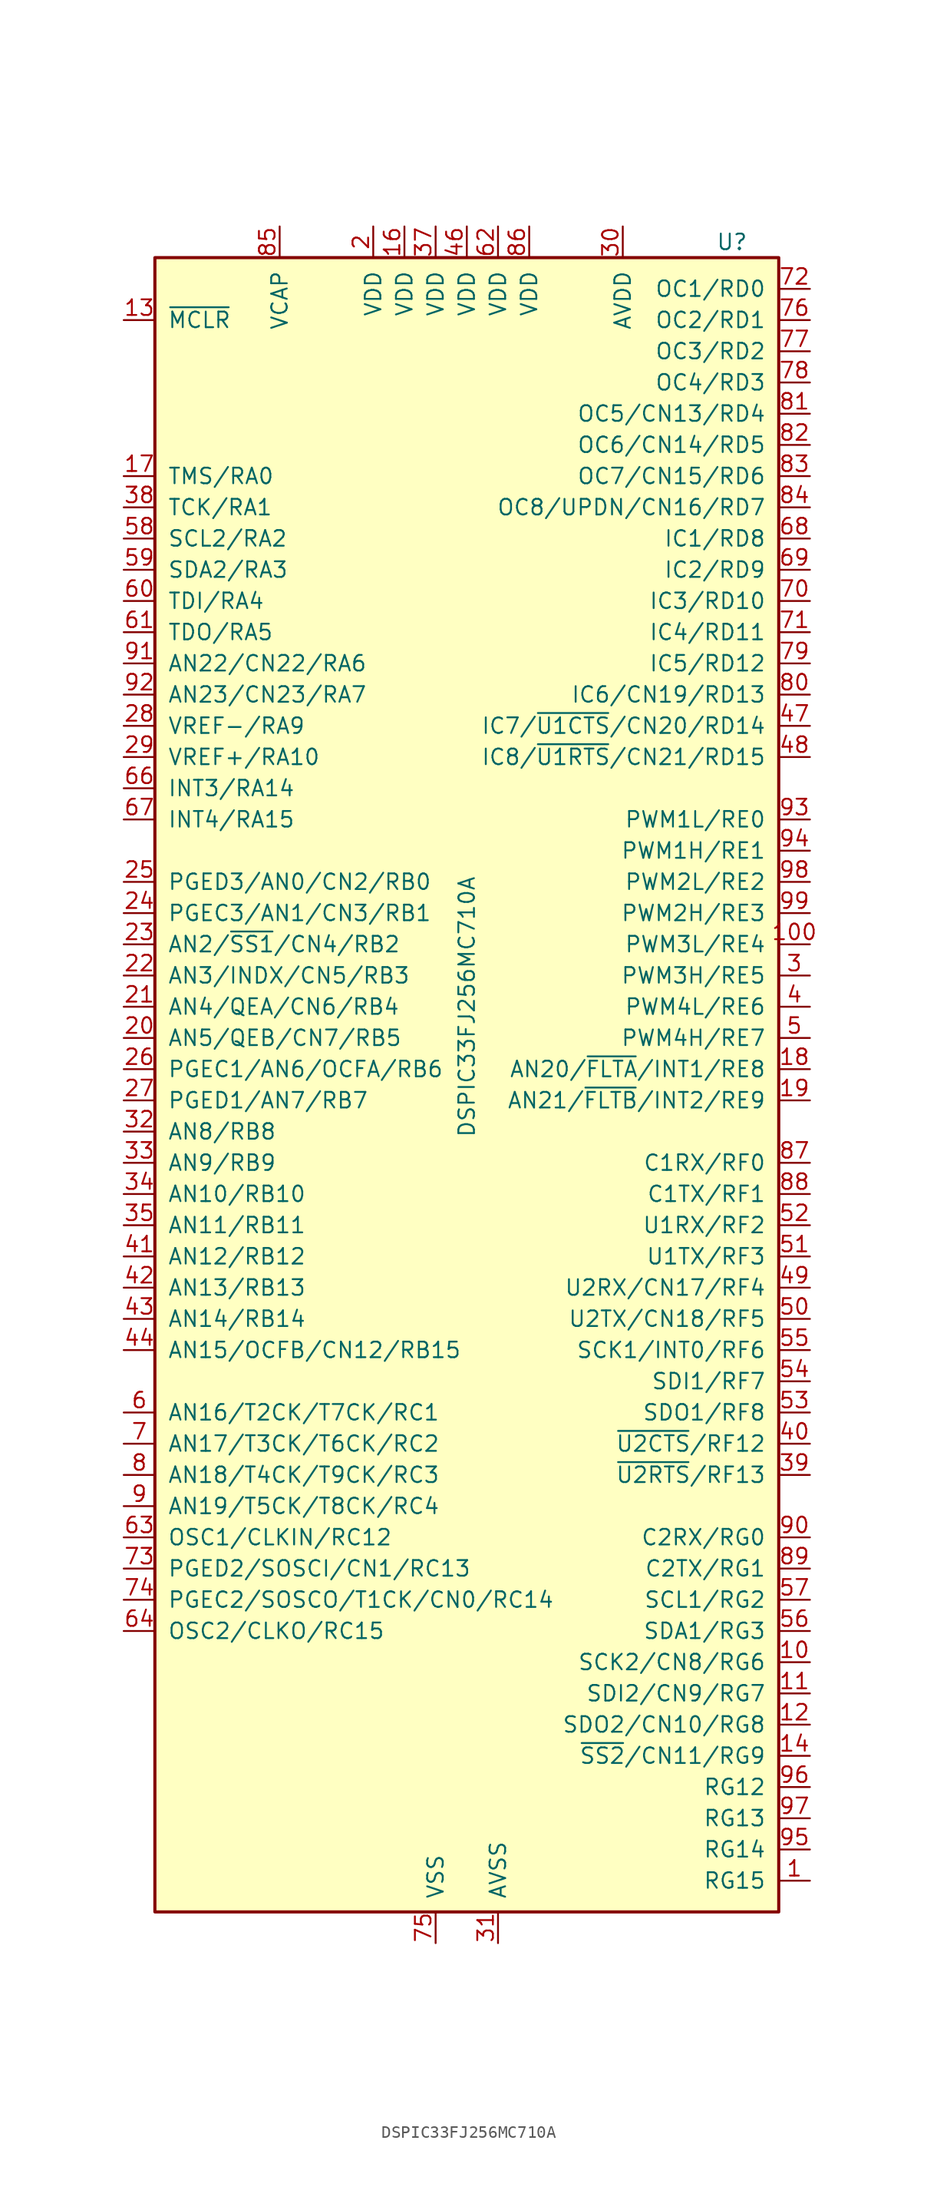
<source format=kicad_sym>
(kicad_symbol_lib
  (version 20211014)
  (generator kicad_symbol_editor)
  (symbol "DSPIC33FJ256MC710A"
    (pin_names
      (offset 1.016))
    (property "Reference" "U"
      (at 21.59 69.85 0)
      (effects (font (size 1.27 1.27))))
    (property "Value" "DSPIC33FJ256MC710A"
      (at 0 7.62 90)
      (effects (font (size 1.27 1.27))))
    (symbol "DSPIC33FJ256MC710A_0_1"
      (rectangle (start -25.4 68.58) (end 25.4 -66.04) (stroke (width 0.254) (type default) (color 0 0 0 0)) (fill (type background))))
    (symbol "DSPIC33FJ256MC710A_1_1"
      (pin bidirectional line (at 27.94 -63.5 180) (length 2.54) (name "RG15" (effects (font (size 1.27 1.27)))) (number "1" (effects (font (size 1.27 1.27)))))
      (pin bidirectional line (at 27.94 -45.72 180) (length 2.54) (name "SCK2/CN8/RG6" (effects (font (size 1.27 1.27)))) (number "10" (effects (font (size 1.27 1.27)))))
      (pin bidirectional line (at 27.94 12.7 180) (length 2.54) (name "PWM3L/RE4" (effects (font (size 1.27 1.27)))) (number "100" (effects (font (size 1.27 1.27)))))
      (pin bidirectional line (at 27.94 -48.26 180) (length 2.54) (name "SDI2/CN9/RG7" (effects (font (size 1.27 1.27)))) (number "11" (effects (font (size 1.27 1.27)))))
      (pin bidirectional line (at 27.94 -50.8 180) (length 2.54) (name "SDO2/CN10/RG8" (effects (font (size 1.27 1.27)))) (number "12" (effects (font (size 1.27 1.27)))))
      (pin input line (at -27.94 63.5 0) (length 2.54) (name "~{MCLR}" (effects (font (size 1.27 1.27)))) (number "13" (effects (font (size 1.27 1.27)))))
      (pin bidirectional line (at 27.94 -53.34 180) (length 2.54) (name "~{SS2}/CN11/RG9" (effects (font (size 1.27 1.27)))) (number "14" (effects (font (size 1.27 1.27)))))
      (pin power_in line (at -2.54 -68.58 90) (length 2.54) hide (name "VSS" (effects (font (size 1.27 1.27)))) (number "15" (effects (font (size 1.27 1.27)))))
      (pin power_in line (at -5.08 71.12 270) (length 2.54) (name "VDD" (effects (font (size 1.27 1.27)))) (number "16" (effects (font (size 1.27 1.27)))))
      (pin bidirectional line (at -27.94 50.8 0) (length 2.54) (name "TMS/RA0" (effects (font (size 1.27 1.27)))) (number "17" (effects (font (size 1.27 1.27)))))
      (pin bidirectional line (at 27.94 2.54 180) (length 2.54) (name "AN20/~{FLTA}/INT1/RE8" (effects (font (size 1.27 1.27)))) (number "18" (effects (font (size 1.27 1.27)))))
      (pin bidirectional line (at 27.94 0 180) (length 2.54) (name "AN21/~{FLTB}/INT2/RE9" (effects (font (size 1.27 1.27)))) (number "19" (effects (font (size 1.27 1.27)))))
      (pin power_in line (at -7.62 71.12 270) (length 2.54) (name "VDD" (effects (font (size 1.27 1.27)))) (number "2" (effects (font (size 1.27 1.27)))))
      (pin bidirectional line (at -27.94 5.08 0) (length 2.54) (name "AN5/QEB/CN7/RB5" (effects (font (size 1.27 1.27)))) (number "20" (effects (font (size 1.27 1.27)))))
      (pin bidirectional line (at -27.94 7.62 0) (length 2.54) (name "AN4/QEA/CN6/RB4" (effects (font (size 1.27 1.27)))) (number "21" (effects (font (size 1.27 1.27)))))
      (pin bidirectional line (at -27.94 10.16 0) (length 2.54) (name "AN3/INDX/CN5/RB3" (effects (font (size 1.27 1.27)))) (number "22" (effects (font (size 1.27 1.27)))))
      (pin bidirectional line (at -27.94 12.7 0) (length 2.54) (name "AN2/~{SS1}/CN4/RB2" (effects (font (size 1.27 1.27)))) (number "23" (effects (font (size 1.27 1.27)))))
      (pin bidirectional line (at -27.94 15.24 0) (length 2.54) (name "PGEC3/AN1/CN3/RB1" (effects (font (size 1.27 1.27)))) (number "24" (effects (font (size 1.27 1.27)))))
      (pin bidirectional line (at -27.94 17.78 0) (length 2.54) (name "PGED3/AN0/CN2/RB0" (effects (font (size 1.27 1.27)))) (number "25" (effects (font (size 1.27 1.27)))))
      (pin bidirectional line (at -27.94 2.54 0) (length 2.54) (name "PGEC1/AN6/OCFA/RB6" (effects (font (size 1.27 1.27)))) (number "26" (effects (font (size 1.27 1.27)))))
      (pin bidirectional line (at -27.94 0 0) (length 2.54) (name "PGED1/AN7/RB7" (effects (font (size 1.27 1.27)))) (number "27" (effects (font (size 1.27 1.27)))))
      (pin bidirectional line (at -27.94 30.48 0) (length 2.54) (name "VREF-/RA9" (effects (font (size 1.27 1.27)))) (number "28" (effects (font (size 1.27 1.27)))))
      (pin bidirectional line (at -27.94 27.94 0) (length 2.54) (name "VREF+/RA10" (effects (font (size 1.27 1.27)))) (number "29" (effects (font (size 1.27 1.27)))))
      (pin bidirectional line (at 27.94 10.16 180) (length 2.54) (name "PWM3H/RE5" (effects (font (size 1.27 1.27)))) (number "3" (effects (font (size 1.27 1.27)))))
      (pin power_in line (at 12.7 71.12 270) (length 2.54) (name "AVDD" (effects (font (size 1.27 1.27)))) (number "30" (effects (font (size 1.27 1.27)))))
      (pin power_in line (at 2.54 -68.58 90) (length 2.54) (name "AVSS" (effects (font (size 1.27 1.27)))) (number "31" (effects (font (size 1.27 1.27)))))
      (pin bidirectional line (at -27.94 -2.54 0) (length 2.54) (name "AN8/RB8" (effects (font (size 1.27 1.27)))) (number "32" (effects (font (size 1.27 1.27)))))
      (pin bidirectional line (at -27.94 -5.08 0) (length 2.54) (name "AN9/RB9" (effects (font (size 1.27 1.27)))) (number "33" (effects (font (size 1.27 1.27)))))
      (pin bidirectional line (at -27.94 -7.62 0) (length 2.54) (name "AN10/RB10" (effects (font (size 1.27 1.27)))) (number "34" (effects (font (size 1.27 1.27)))))
      (pin bidirectional line (at -27.94 -10.16 0) (length 2.54) (name "AN11/RB11" (effects (font (size 1.27 1.27)))) (number "35" (effects (font (size 1.27 1.27)))))
      (pin power_in line (at -2.54 -68.58 90) (length 2.54) hide (name "VSS" (effects (font (size 1.27 1.27)))) (number "36" (effects (font (size 1.27 1.27)))))
      (pin power_in line (at -2.54 71.12 270) (length 2.54) (name "VDD" (effects (font (size 1.27 1.27)))) (number "37" (effects (font (size 1.27 1.27)))))
      (pin bidirectional line (at -27.94 48.26 0) (length 2.54) (name "TCK/RA1" (effects (font (size 1.27 1.27)))) (number "38" (effects (font (size 1.27 1.27)))))
      (pin bidirectional line (at 27.94 -30.48 180) (length 2.54) (name "~{U2RTS}/RF13" (effects (font (size 1.27 1.27)))) (number "39" (effects (font (size 1.27 1.27)))))
      (pin bidirectional line (at 27.94 7.62 180) (length 2.54) (name "PWM4L/RE6" (effects (font (size 1.27 1.27)))) (number "4" (effects (font (size 1.27 1.27)))))
      (pin bidirectional line (at 27.94 -27.94 180) (length 2.54) (name "~{U2CTS}/RF12" (effects (font (size 1.27 1.27)))) (number "40" (effects (font (size 1.27 1.27)))))
      (pin bidirectional line (at -27.94 -12.7 0) (length 2.54) (name "AN12/RB12" (effects (font (size 1.27 1.27)))) (number "41" (effects (font (size 1.27 1.27)))))
      (pin bidirectional line (at -27.94 -15.24 0) (length 2.54) (name "AN13/RB13" (effects (font (size 1.27 1.27)))) (number "42" (effects (font (size 1.27 1.27)))))
      (pin bidirectional line (at -27.94 -17.78 0) (length 2.54) (name "AN14/RB14" (effects (font (size 1.27 1.27)))) (number "43" (effects (font (size 1.27 1.27)))))
      (pin bidirectional line (at -27.94 -20.32 0) (length 2.54) (name "AN15/OCFB/CN12/RB15" (effects (font (size 1.27 1.27)))) (number "44" (effects (font (size 1.27 1.27)))))
      (pin power_in line (at -2.54 -68.58 90) (length 2.54) hide (name "VSS" (effects (font (size 1.27 1.27)))) (number "45" (effects (font (size 1.27 1.27)))))
      (pin power_in line (at 0 71.12 270) (length 2.54) (name "VDD" (effects (font (size 1.27 1.27)))) (number "46" (effects (font (size 1.27 1.27)))))
      (pin bidirectional line (at 27.94 30.48 180) (length 2.54) (name "IC7/~{U1CTS}/CN20/RD14" (effects (font (size 1.27 1.27)))) (number "47" (effects (font (size 1.27 1.27)))))
      (pin bidirectional line (at 27.94 27.94 180) (length 2.54) (name "IC8/~{U1RTS}/CN21/RD15" (effects (font (size 1.27 1.27)))) (number "48" (effects (font (size 1.27 1.27)))))
      (pin bidirectional line (at 27.94 -15.24 180) (length 2.54) (name "U2RX/CN17/RF4" (effects (font (size 1.27 1.27)))) (number "49" (effects (font (size 1.27 1.27)))))
      (pin bidirectional line (at 27.94 5.08 180) (length 2.54) (name "PWM4H/RE7" (effects (font (size 1.27 1.27)))) (number "5" (effects (font (size 1.27 1.27)))))
      (pin bidirectional line (at 27.94 -17.78 180) (length 2.54) (name "U2TX/CN18/RF5" (effects (font (size 1.27 1.27)))) (number "50" (effects (font (size 1.27 1.27)))))
      (pin bidirectional line (at 27.94 -12.7 180) (length 2.54) (name "U1TX/RF3" (effects (font (size 1.27 1.27)))) (number "51" (effects (font (size 1.27 1.27)))))
      (pin bidirectional line (at 27.94 -10.16 180) (length 2.54) (name "U1RX/RF2" (effects (font (size 1.27 1.27)))) (number "52" (effects (font (size 1.27 1.27)))))
      (pin bidirectional line (at 27.94 -25.4 180) (length 2.54) (name "SDO1/RF8" (effects (font (size 1.27 1.27)))) (number "53" (effects (font (size 1.27 1.27)))))
      (pin bidirectional line (at 27.94 -22.86 180) (length 2.54) (name "SDI1/RF7" (effects (font (size 1.27 1.27)))) (number "54" (effects (font (size 1.27 1.27)))))
      (pin bidirectional line (at 27.94 -20.32 180) (length 2.54) (name "SCK1/INT0/RF6" (effects (font (size 1.27 1.27)))) (number "55" (effects (font (size 1.27 1.27)))))
      (pin bidirectional line (at 27.94 -43.18 180) (length 2.54) (name "SDA1/RG3" (effects (font (size 1.27 1.27)))) (number "56" (effects (font (size 1.27 1.27)))))
      (pin bidirectional line (at 27.94 -40.64 180) (length 2.54) (name "SCL1/RG2" (effects (font (size 1.27 1.27)))) (number "57" (effects (font (size 1.27 1.27)))))
      (pin bidirectional line (at -27.94 45.72 0) (length 2.54) (name "SCL2/RA2" (effects (font (size 1.27 1.27)))) (number "58" (effects (font (size 1.27 1.27)))))
      (pin bidirectional line (at -27.94 43.18 0) (length 2.54) (name "SDA2/RA3" (effects (font (size 1.27 1.27)))) (number "59" (effects (font (size 1.27 1.27)))))
      (pin bidirectional line (at -27.94 -25.4 0) (length 2.54) (name "AN16/T2CK/T7CK/RC1" (effects (font (size 1.27 1.27)))) (number "6" (effects (font (size 1.27 1.27)))))
      (pin bidirectional line (at -27.94 40.64 0) (length 2.54) (name "TDI/RA4" (effects (font (size 1.27 1.27)))) (number "60" (effects (font (size 1.27 1.27)))))
      (pin bidirectional line (at -27.94 38.1 0) (length 2.54) (name "TDO/RA5" (effects (font (size 1.27 1.27)))) (number "61" (effects (font (size 1.27 1.27)))))
      (pin power_in line (at 2.54 71.12 270) (length 2.54) (name "VDD" (effects (font (size 1.27 1.27)))) (number "62" (effects (font (size 1.27 1.27)))))
      (pin bidirectional line (at -27.94 -35.56 0) (length 2.54) (name "OSC1/CLKIN/RC12" (effects (font (size 1.27 1.27)))) (number "63" (effects (font (size 1.27 1.27)))))
      (pin bidirectional line (at -27.94 -43.18 0) (length 2.54) (name "OSC2/CLKO/RC15" (effects (font (size 1.27 1.27)))) (number "64" (effects (font (size 1.27 1.27)))))
      (pin power_in line (at -2.54 -68.58 90) (length 2.54) hide (name "VSS" (effects (font (size 1.27 1.27)))) (number "65" (effects (font (size 1.27 1.27)))))
      (pin bidirectional line (at -27.94 25.4 0) (length 2.54) (name "INT3/RA14" (effects (font (size 1.27 1.27)))) (number "66" (effects (font (size 1.27 1.27)))))
      (pin bidirectional line (at -27.94 22.86 0) (length 2.54) (name "INT4/RA15" (effects (font (size 1.27 1.27)))) (number "67" (effects (font (size 1.27 1.27)))))
      (pin bidirectional line (at 27.94 45.72 180) (length 2.54) (name "IC1/RD8" (effects (font (size 1.27 1.27)))) (number "68" (effects (font (size 1.27 1.27)))))
      (pin bidirectional line (at 27.94 43.18 180) (length 2.54) (name "IC2/RD9" (effects (font (size 1.27 1.27)))) (number "69" (effects (font (size 1.27 1.27)))))
      (pin bidirectional line (at -27.94 -27.94 0) (length 2.54) (name "AN17/T3CK/T6CK/RC2" (effects (font (size 1.27 1.27)))) (number "7" (effects (font (size 1.27 1.27)))))
      (pin bidirectional line (at 27.94 40.64 180) (length 2.54) (name "IC3/RD10" (effects (font (size 1.27 1.27)))) (number "70" (effects (font (size 1.27 1.27)))))
      (pin bidirectional line (at 27.94 38.1 180) (length 2.54) (name "IC4/RD11" (effects (font (size 1.27 1.27)))) (number "71" (effects (font (size 1.27 1.27)))))
      (pin bidirectional line (at 27.94 66.04 180) (length 2.54) (name "OC1/RD0" (effects (font (size 1.27 1.27)))) (number "72" (effects (font (size 1.27 1.27)))))
      (pin bidirectional line (at -27.94 -38.1 0) (length 2.54) (name "PGED2/SOSCI/CN1/RC13" (effects (font (size 1.27 1.27)))) (number "73" (effects (font (size 1.27 1.27)))))
      (pin bidirectional line (at -27.94 -40.64 0) (length 2.54) (name "PGEC2/SOSCO/T1CK/CN0/RC14" (effects (font (size 1.27 1.27)))) (number "74" (effects (font (size 1.27 1.27)))))
      (pin power_in line (at -2.54 -68.58 90) (length 2.54) (name "VSS" (effects (font (size 1.27 1.27)))) (number "75" (effects (font (size 1.27 1.27)))))
      (pin bidirectional line (at 27.94 63.5 180) (length 2.54) (name "OC2/RD1" (effects (font (size 1.27 1.27)))) (number "76" (effects (font (size 1.27 1.27)))))
      (pin bidirectional line (at 27.94 60.96 180) (length 2.54) (name "OC3/RD2" (effects (font (size 1.27 1.27)))) (number "77" (effects (font (size 1.27 1.27)))))
      (pin bidirectional line (at 27.94 58.42 180) (length 2.54) (name "OC4/RD3" (effects (font (size 1.27 1.27)))) (number "78" (effects (font (size 1.27 1.27)))))
      (pin bidirectional line (at 27.94 35.56 180) (length 2.54) (name "IC5/RD12" (effects (font (size 1.27 1.27)))) (number "79" (effects (font (size 1.27 1.27)))))
      (pin bidirectional line (at -27.94 -30.48 0) (length 2.54) (name "AN18/T4CK/T9CK/RC3" (effects (font (size 1.27 1.27)))) (number "8" (effects (font (size 1.27 1.27)))))
      (pin bidirectional line (at 27.94 33.02 180) (length 2.54) (name "IC6/CN19/RD13" (effects (font (size 1.27 1.27)))) (number "80" (effects (font (size 1.27 1.27)))))
      (pin bidirectional line (at 27.94 55.88 180) (length 2.54) (name "OC5/CN13/RD4" (effects (font (size 1.27 1.27)))) (number "81" (effects (font (size 1.27 1.27)))))
      (pin bidirectional line (at 27.94 53.34 180) (length 2.54) (name "OC6/CN14/RD5" (effects (font (size 1.27 1.27)))) (number "82" (effects (font (size 1.27 1.27)))))
      (pin bidirectional line (at 27.94 50.8 180) (length 2.54) (name "OC7/CN15/RD6" (effects (font (size 1.27 1.27)))) (number "83" (effects (font (size 1.27 1.27)))))
      (pin bidirectional line (at 27.94 48.26 180) (length 2.54) (name "OC8/UPDN/CN16/RD7" (effects (font (size 1.27 1.27)))) (number "84" (effects (font (size 1.27 1.27)))))
      (pin passive line (at -15.24 71.12 270) (length 2.54) (name "VCAP" (effects (font (size 1.27 1.27)))) (number "85" (effects (font (size 1.27 1.27)))))
      (pin power_in line (at 5.08 71.12 270) (length 2.54) (name "VDD" (effects (font (size 1.27 1.27)))) (number "86" (effects (font (size 1.27 1.27)))))
      (pin bidirectional line (at 27.94 -5.08 180) (length 2.54) (name "C1RX/RF0" (effects (font (size 1.27 1.27)))) (number "87" (effects (font (size 1.27 1.27)))))
      (pin bidirectional line (at 27.94 -7.62 180) (length 2.54) (name "C1TX/RF1" (effects (font (size 1.27 1.27)))) (number "88" (effects (font (size 1.27 1.27)))))
      (pin bidirectional line (at 27.94 -38.1 180) (length 2.54) (name "C2TX/RG1" (effects (font (size 1.27 1.27)))) (number "89" (effects (font (size 1.27 1.27)))))
      (pin bidirectional line (at -27.94 -33.02 0) (length 2.54) (name "AN19/T5CK/T8CK/RC4" (effects (font (size 1.27 1.27)))) (number "9" (effects (font (size 1.27 1.27)))))
      (pin bidirectional line (at 27.94 -35.56 180) (length 2.54) (name "C2RX/RG0" (effects (font (size 1.27 1.27)))) (number "90" (effects (font (size 1.27 1.27)))))
      (pin bidirectional line (at -27.94 35.56 0) (length 2.54) (name "AN22/CN22/RA6" (effects (font (size 1.27 1.27)))) (number "91" (effects (font (size 1.27 1.27)))))
      (pin bidirectional line (at -27.94 33.02 0) (length 2.54) (name "AN23/CN23/RA7" (effects (font (size 1.27 1.27)))) (number "92" (effects (font (size 1.27 1.27)))))
      (pin bidirectional line (at 27.94 22.86 180) (length 2.54) (name "PWM1L/RE0" (effects (font (size 1.27 1.27)))) (number "93" (effects (font (size 1.27 1.27)))))
      (pin bidirectional line (at 27.94 20.32 180) (length 2.54) (name "PWM1H/RE1" (effects (font (size 1.27 1.27)))) (number "94" (effects (font (size 1.27 1.27)))))
      (pin bidirectional line (at 27.94 -60.96 180) (length 2.54) (name "RG14" (effects (font (size 1.27 1.27)))) (number "95" (effects (font (size 1.27 1.27)))))
      (pin bidirectional line (at 27.94 -55.88 180) (length 2.54) (name "RG12" (effects (font (size 1.27 1.27)))) (number "96" (effects (font (size 1.27 1.27)))))
      (pin bidirectional line (at 27.94 -58.42 180) (length 2.54) (name "RG13" (effects (font (size 1.27 1.27)))) (number "97" (effects (font (size 1.27 1.27)))))
      (pin bidirectional line (at 27.94 17.78 180) (length 2.54) (name "PWM2L/RE2" (effects (font (size 1.27 1.27)))) (number "98" (effects (font (size 1.27 1.27)))))
      (pin bidirectional line (at 27.94 15.24 180) (length 2.54) (name "PWM2H/RE3" (effects (font (size 1.27 1.27)))) (number "99" (effects (font (size 1.27 1.27))))))))
</source>
